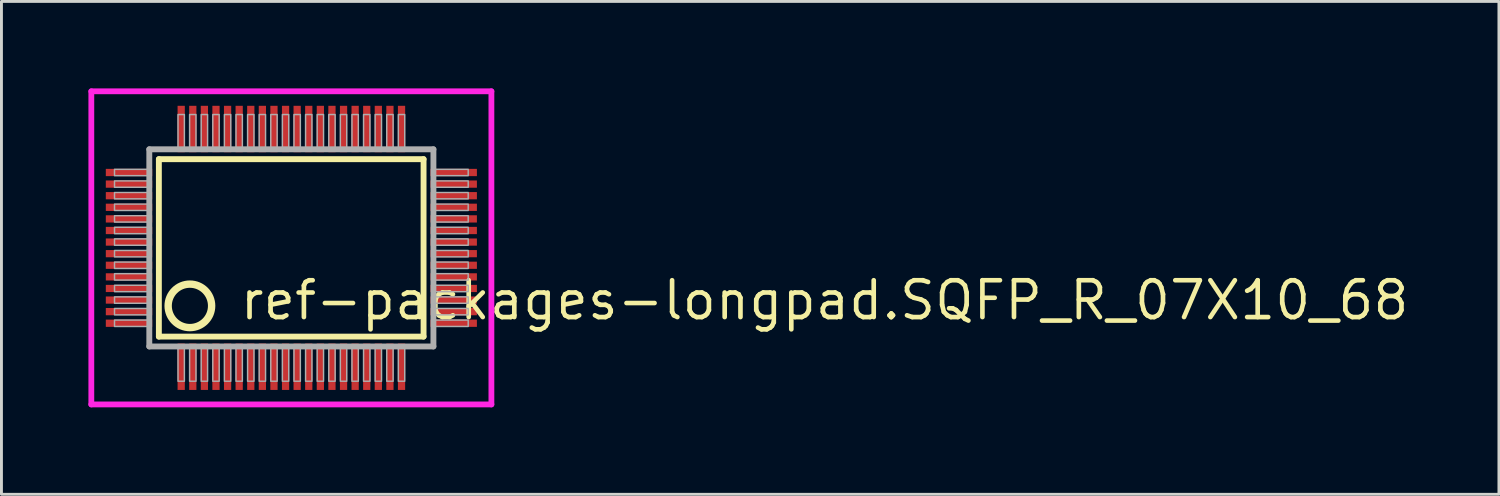
<source format=kicad_pcb>
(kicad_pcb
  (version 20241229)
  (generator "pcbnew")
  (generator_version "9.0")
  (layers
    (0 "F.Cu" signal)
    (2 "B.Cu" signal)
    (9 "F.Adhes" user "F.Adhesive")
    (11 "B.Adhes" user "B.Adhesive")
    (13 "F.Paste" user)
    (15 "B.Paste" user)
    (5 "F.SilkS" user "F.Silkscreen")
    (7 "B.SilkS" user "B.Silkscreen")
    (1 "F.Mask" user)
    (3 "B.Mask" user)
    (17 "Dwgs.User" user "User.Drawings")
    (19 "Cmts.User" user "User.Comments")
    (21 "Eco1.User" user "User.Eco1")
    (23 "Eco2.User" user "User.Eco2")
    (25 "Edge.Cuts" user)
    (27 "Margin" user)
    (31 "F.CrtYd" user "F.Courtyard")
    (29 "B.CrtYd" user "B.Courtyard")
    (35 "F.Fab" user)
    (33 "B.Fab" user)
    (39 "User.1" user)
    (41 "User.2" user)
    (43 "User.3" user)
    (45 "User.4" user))
  (footprint "ref-packages-longpad.SQFP_R_07X10_68"
    (layer "F.Cu")
    (at 7 5.5)
    (property "Reference" "ref-packages-longpad.SQFP_R_07X10_68" (at -1.85 2.55 0) (layer "F.SilkS") (effects (font (size 1.27 1.27) (thickness 0.16)) (justify left bottom)))
    (attr smd)
    (fp_line (start -4.57 -3.06) (end 4.56 -3.06) (stroke (width 0.203) (type default)) (layer "F.SilkS"))
    (fp_line (start -4.57 3.06) (end -4.57 -3.06) (stroke (width 0.203) (type default)) (layer "F.SilkS"))
    (fp_line (start 4.56 -3.06) (end 4.56 3.06) (stroke (width 0.203) (type default)) (layer "F.SilkS"))
    (fp_line (start 4.56 3.06) (end -4.57 3.06) (stroke (width 0.203) (type default)) (layer "F.SilkS"))
    (fp_circle (center -3.5 2) (end -2.75 2) (stroke (width 0.254) (type default)) (fill no) (layer "F.SilkS"))
    (fp_line (start -6.9 -5.4) (end 6.9 -5.4) (stroke (width 0.2) (type default)) (layer "F.CrtYd"))
    (fp_line (start -6.9 5.4) (end -6.9 -5.4) (stroke (width 0.2) (type default)) (layer "F.CrtYd"))
    (fp_line (start 6.9 -5.4) (end 6.9 5.4) (stroke (width 0.2) (type default)) (layer "F.CrtYd"))
    (fp_line (start 6.9 5.4) (end -6.9 5.4) (stroke (width 0.2) (type default)) (layer "F.CrtYd"))
    (fp_line (start -4.9 -3.4) (end -4.9 3.4) (stroke (width 0.203) (type default)) (layer "F.Fab"))
    (fp_line (start -4.9 3.4) (end 4.9 3.4) (stroke (width 0.203) (type default)) (layer "F.Fab"))
    (fp_line (start 4.9 -3.4) (end -4.9 -3.4) (stroke (width 0.203) (type default)) (layer "F.Fab"))
    (fp_line (start 4.9 3.4) (end 4.9 -3.4) (stroke (width 0.203) (type default)) (layer "F.Fab"))
    (fp_rect (start -6.1 -2.49) (end -4.95 -2.71) (stroke (width 0.05) (type default)) (fill no) (layer "F.Fab"))
    (fp_rect (start -6.1 -2.09) (end -4.95 -2.31) (stroke (width 0.05) (type default)) (fill no) (layer "F.Fab"))
    (fp_rect (start -6.1 -1.69) (end -4.95 -1.91) (stroke (width 0.05) (type default)) (fill no) (layer "F.Fab"))
    (fp_rect (start -6.1 -1.29) (end -4.95 -1.51) (stroke (width 0.05) (type default)) (fill no) (layer "F.Fab"))
    (fp_rect (start -6.1 -0.89) (end -4.95 -1.11) (stroke (width 0.05) (type default)) (fill no) (layer "F.Fab"))
    (fp_rect (start -6.1 -0.49) (end -4.95 -0.71) (stroke (width 0.05) (type default)) (fill no) (layer "F.Fab"))
    (fp_rect (start -6.1 -0.09) (end -4.95 -0.31) (stroke (width 0.05) (type default)) (fill no) (layer "F.Fab"))
    (fp_rect (start -6.1 0.31) (end -4.95 0.09) (stroke (width 0.05) (type default)) (fill no) (layer "F.Fab"))
    (fp_rect (start -6.1 0.71) (end -4.95 0.49) (stroke (width 0.05) (type default)) (fill no) (layer "F.Fab"))
    (fp_rect (start -6.1 1.11) (end -4.95 0.89) (stroke (width 0.05) (type default)) (fill no) (layer "F.Fab"))
    (fp_rect (start -6.1 1.51) (end -4.95 1.29) (stroke (width 0.05) (type default)) (fill no) (layer "F.Fab"))
    (fp_rect (start -6.1 1.91) (end -4.95 1.69) (stroke (width 0.05) (type default)) (fill no) (layer "F.Fab"))
    (fp_rect (start -6.1 2.31) (end -4.95 2.09) (stroke (width 0.05) (type default)) (fill no) (layer "F.Fab"))
    (fp_rect (start -6.1 2.71) (end -4.95 2.49) (stroke (width 0.05) (type default)) (fill no) (layer "F.Fab"))
    (fp_rect (start -3.91 -3.45) (end -3.69 -4.6) (stroke (width 0.05) (type default)) (fill no) (layer "F.Fab"))
    (fp_rect (start -3.91 4.6) (end -3.69 3.45) (stroke (width 0.05) (type default)) (fill no) (layer "F.Fab"))
    (fp_rect (start -3.51 -3.45) (end -3.29 -4.6) (stroke (width 0.05) (type default)) (fill no) (layer "F.Fab"))
    (fp_rect (start -3.51 4.6) (end -3.29 3.45) (stroke (width 0.05) (type default)) (fill no) (layer "F.Fab"))
    (fp_rect (start -3.11 -3.45) (end -2.89 -4.6) (stroke (width 0.05) (type default)) (fill no) (layer "F.Fab"))
    (fp_rect (start -3.11 4.6) (end -2.89 3.45) (stroke (width 0.05) (type default)) (fill no) (layer "F.Fab"))
    (fp_rect (start -2.71 -3.45) (end -2.49 -4.6) (stroke (width 0.05) (type default)) (fill no) (layer "F.Fab"))
    (fp_rect (start -2.71 4.6) (end -2.49 3.45) (stroke (width 0.05) (type default)) (fill no) (layer "F.Fab"))
    (fp_rect (start -2.31 -3.45) (end -2.09 -4.6) (stroke (width 0.05) (type default)) (fill no) (layer "F.Fab"))
    (fp_rect (start -2.31 4.6) (end -2.09 3.45) (stroke (width 0.05) (type default)) (fill no) (layer "F.Fab"))
    (fp_rect (start -1.91 -3.45) (end -1.69 -4.6) (stroke (width 0.05) (type default)) (fill no) (layer "F.Fab"))
    (fp_rect (start -1.91 4.6) (end -1.69 3.45) (stroke (width 0.05) (type default)) (fill no) (layer "F.Fab"))
    (fp_rect (start -1.51 -3.45) (end -1.29 -4.6) (stroke (width 0.05) (type default)) (fill no) (layer "F.Fab"))
    (fp_rect (start -1.51 4.6) (end -1.29 3.45) (stroke (width 0.05) (type default)) (fill no) (layer "F.Fab"))
    (fp_rect (start -1.11 -3.45) (end -0.89 -4.6) (stroke (width 0.05) (type default)) (fill no) (layer "F.Fab"))
    (fp_rect (start -1.11 4.6) (end -0.89 3.45) (stroke (width 0.05) (type default)) (fill no) (layer "F.Fab"))
    (fp_rect (start -0.71 -3.45) (end -0.49 -4.6) (stroke (width 0.05) (type default)) (fill no) (layer "F.Fab"))
    (fp_rect (start -0.71 4.6) (end -0.49 3.45) (stroke (width 0.05) (type default)) (fill no) (layer "F.Fab"))
    (fp_rect (start -0.31 -3.45) (end -0.09 -4.6) (stroke (width 0.05) (type default)) (fill no) (layer "F.Fab"))
    (fp_rect (start -0.31 4.6) (end -0.09 3.45) (stroke (width 0.05) (type default)) (fill no) (layer "F.Fab"))
    (fp_rect (start 0.09 -3.45) (end 0.31 -4.6) (stroke (width 0.05) (type default)) (fill no) (layer "F.Fab"))
    (fp_rect (start 0.09 4.6) (end 0.31 3.45) (stroke (width 0.05) (type default)) (fill no) (layer "F.Fab"))
    (fp_rect (start 0.49 -3.45) (end 0.71 -4.6) (stroke (width 0.05) (type default)) (fill no) (layer "F.Fab"))
    (fp_rect (start 0.49 4.6) (end 0.71 3.45) (stroke (width 0.05) (type default)) (fill no) (layer "F.Fab"))
    (fp_rect (start 0.89 -3.45) (end 1.11 -4.6) (stroke (width 0.05) (type default)) (fill no) (layer "F.Fab"))
    (fp_rect (start 0.89 4.6) (end 1.11 3.45) (stroke (width 0.05) (type default)) (fill no) (layer "F.Fab"))
    (fp_rect (start 1.29 -3.45) (end 1.51 -4.6) (stroke (width 0.05) (type default)) (fill no) (layer "F.Fab"))
    (fp_rect (start 1.29 4.6) (end 1.51 3.45) (stroke (width 0.05) (type default)) (fill no) (layer "F.Fab"))
    (fp_rect (start 1.69 -3.45) (end 1.91 -4.6) (stroke (width 0.05) (type default)) (fill no) (layer "F.Fab"))
    (fp_rect (start 1.69 4.6) (end 1.91 3.45) (stroke (width 0.05) (type default)) (fill no) (layer "F.Fab"))
    (fp_rect (start 2.09 -3.45) (end 2.31 -4.6) (stroke (width 0.05) (type default)) (fill no) (layer "F.Fab"))
    (fp_rect (start 2.09 4.6) (end 2.31 3.45) (stroke (width 0.05) (type default)) (fill no) (layer "F.Fab"))
    (fp_rect (start 2.49 -3.45) (end 2.71 -4.6) (stroke (width 0.05) (type default)) (fill no) (layer "F.Fab"))
    (fp_rect (start 2.49 4.6) (end 2.71 3.45) (stroke (width 0.05) (type default)) (fill no) (layer "F.Fab"))
    (fp_rect (start 2.89 -3.45) (end 3.11 -4.6) (stroke (width 0.05) (type default)) (fill no) (layer "F.Fab"))
    (fp_rect (start 2.89 4.6) (end 3.11 3.45) (stroke (width 0.05) (type default)) (fill no) (layer "F.Fab"))
    (fp_rect (start 3.29 -3.45) (end 3.51 -4.6) (stroke (width 0.05) (type default)) (fill no) (layer "F.Fab"))
    (fp_rect (start 3.29 4.6) (end 3.51 3.45) (stroke (width 0.05) (type default)) (fill no) (layer "F.Fab"))
    (fp_rect (start 3.69 -3.45) (end 3.91 -4.6) (stroke (width 0.05) (type default)) (fill no) (layer "F.Fab"))
    (fp_rect (start 3.69 4.6) (end 3.91 3.45) (stroke (width 0.05) (type default)) (fill no) (layer "F.Fab"))
    (fp_rect (start 4.95 -2.49) (end 6.1 -2.71) (stroke (width 0.05) (type default)) (fill no) (layer "F.Fab"))
    (fp_rect (start 4.95 -2.09) (end 6.1 -2.31) (stroke (width 0.05) (type default)) (fill no) (layer "F.Fab"))
    (fp_rect (start 4.95 -1.69) (end 6.1 -1.91) (stroke (width 0.05) (type default)) (fill no) (layer "F.Fab"))
    (fp_rect (start 4.95 -1.29) (end 6.1 -1.51) (stroke (width 0.05) (type default)) (fill no) (layer "F.Fab"))
    (fp_rect (start 4.95 -0.89) (end 6.1 -1.11) (stroke (width 0.05) (type default)) (fill no) (layer "F.Fab"))
    (fp_rect (start 4.95 -0.49) (end 6.1 -0.71) (stroke (width 0.05) (type default)) (fill no) (layer "F.Fab"))
    (fp_rect (start 4.95 -0.09) (end 6.1 -0.31) (stroke (width 0.05) (type default)) (fill no) (layer "F.Fab"))
    (fp_rect (start 4.95 0.31) (end 6.1 0.09) (stroke (width 0.05) (type default)) (fill no) (layer "F.Fab"))
    (fp_rect (start 4.95 0.71) (end 6.1 0.49) (stroke (width 0.05) (type default)) (fill no) (layer "F.Fab"))
    (fp_rect (start 4.95 1.11) (end 6.1 0.89) (stroke (width 0.05) (type default)) (fill no) (layer "F.Fab"))
    (fp_rect (start 4.95 1.51) (end 6.1 1.29) (stroke (width 0.05) (type default)) (fill no) (layer "F.Fab"))
    (fp_rect (start 4.95 1.91) (end 6.1 1.69) (stroke (width 0.05) (type default)) (fill no) (layer "F.Fab"))
    (fp_rect (start 4.95 2.31) (end 6.1 2.09) (stroke (width 0.05) (type default)) (fill no) (layer "F.Fab"))
    (fp_rect (start 4.95 2.71) (end 6.1 2.49) (stroke (width 0.05) (type default)) (fill no) (layer "F.Fab"))
    (pad "1" smd roundrect (at -3.8 4.1) (size 0.25 1.6) (layers "F.Cu" "F.Mask" "F.Paste") (roundrect_rratio 0.01))
    (pad "2" smd roundrect (at -3.4 4.1) (size 0.25 1.6) (layers "F.Cu" "F.Mask" "F.Paste") (roundrect_rratio 0.01))
    (pad "3" smd roundrect (at -3 4.1) (size 0.25 1.6) (layers "F.Cu" "F.Mask" "F.Paste") (roundrect_rratio 0.01))
    (pad "4" smd roundrect (at -2.6 4.1) (size 0.25 1.6) (layers "F.Cu" "F.Mask" "F.Paste") (roundrect_rratio 0.01))
    (pad "5" smd roundrect (at -2.2 4.1) (size 0.25 1.6) (layers "F.Cu" "F.Mask" "F.Paste") (roundrect_rratio 0.01))
    (pad "6" smd roundrect (at -1.8 4.1) (size 0.25 1.6) (layers "F.Cu" "F.Mask" "F.Paste") (roundrect_rratio 0.01))
    (pad "7" smd roundrect (at -1.4 4.1) (size 0.25 1.6) (layers "F.Cu" "F.Mask" "F.Paste") (roundrect_rratio 0.01))
    (pad "8" smd roundrect (at -1 4.1) (size 0.25 1.6) (layers "F.Cu" "F.Mask" "F.Paste") (roundrect_rratio 0.01))
    (pad "9" smd roundrect (at -0.6 4.1) (size 0.25 1.6) (layers "F.Cu" "F.Mask" "F.Paste") (roundrect_rratio 0.01))
    (pad "10" smd roundrect (at -0.2 4.1) (size 0.25 1.6) (layers "F.Cu" "F.Mask" "F.Paste") (roundrect_rratio 0.01))
    (pad "11" smd roundrect (at 0.2 4.1) (size 0.25 1.6) (layers "F.Cu" "F.Mask" "F.Paste") (roundrect_rratio 0.01))
    (pad "12" smd roundrect (at 0.6 4.1) (size 0.25 1.6) (layers "F.Cu" "F.Mask" "F.Paste") (roundrect_rratio 0.01))
    (pad "13" smd roundrect (at 1 4.1) (size 0.25 1.6) (layers "F.Cu" "F.Mask" "F.Paste") (roundrect_rratio 0.01))
    (pad "14" smd roundrect (at 1.4 4.1) (size 0.25 1.6) (layers "F.Cu" "F.Mask" "F.Paste") (roundrect_rratio 0.01))
    (pad "15" smd roundrect (at 1.8 4.1) (size 0.25 1.6) (layers "F.Cu" "F.Mask" "F.Paste") (roundrect_rratio 0.01))
    (pad "16" smd roundrect (at 2.2 4.1) (size 0.25 1.6) (layers "F.Cu" "F.Mask" "F.Paste") (roundrect_rratio 0.01))
    (pad "17" smd roundrect (at 2.6 4.1) (size 0.25 1.6) (layers "F.Cu" "F.Mask" "F.Paste") (roundrect_rratio 0.01))
    (pad "18" smd roundrect (at 3 4.1) (size 0.25 1.6) (layers "F.Cu" "F.Mask" "F.Paste") (roundrect_rratio 0.01))
    (pad "19" smd roundrect (at 3.4 4.1) (size 0.25 1.6) (layers "F.Cu" "F.Mask" "F.Paste") (roundrect_rratio 0.01))
    (pad "20" smd roundrect (at 3.8 4.1) (size 0.25 1.6) (layers "F.Cu" "F.Mask" "F.Paste") (roundrect_rratio 0.01))
    (pad "21" smd roundrect (at 5.6 2.6) (size 1.6 0.25) (layers "F.Cu" "F.Mask" "F.Paste") (roundrect_rratio 0.01))
    (pad "22" smd roundrect (at 5.6 2.2) (size 1.6 0.25) (layers "F.Cu" "F.Mask" "F.Paste") (roundrect_rratio 0.01))
    (pad "23" smd roundrect (at 5.6 1.8) (size 1.6 0.25) (layers "F.Cu" "F.Mask" "F.Paste") (roundrect_rratio 0.01))
    (pad "24" smd roundrect (at 5.6 1.4) (size 1.6 0.25) (layers "F.Cu" "F.Mask" "F.Paste") (roundrect_rratio 0.01))
    (pad "25" smd roundrect (at 5.6 1) (size 1.6 0.25) (layers "F.Cu" "F.Mask" "F.Paste") (roundrect_rratio 0.01))
    (pad "26" smd roundrect (at 5.6 0.6) (size 1.6 0.25) (layers "F.Cu" "F.Mask" "F.Paste") (roundrect_rratio 0.01))
    (pad "27" smd roundrect (at 5.6 0.2) (size 1.6 0.25) (layers "F.Cu" "F.Mask" "F.Paste") (roundrect_rratio 0.01))
    (pad "28" smd roundrect (at 5.6 -0.2) (size 1.6 0.25) (layers "F.Cu" "F.Mask" "F.Paste") (roundrect_rratio 0.01))
    (pad "29" smd roundrect (at 5.6 -0.6) (size 1.6 0.25) (layers "F.Cu" "F.Mask" "F.Paste") (roundrect_rratio 0.01))
    (pad "30" smd roundrect (at 5.6 -1) (size 1.6 0.25) (layers "F.Cu" "F.Mask" "F.Paste") (roundrect_rratio 0.01))
    (pad "31" smd roundrect (at 5.6 -1.4) (size 1.6 0.25) (layers "F.Cu" "F.Mask" "F.Paste") (roundrect_rratio 0.01))
    (pad "32" smd roundrect (at 5.6 -1.8) (size 1.6 0.25) (layers "F.Cu" "F.Mask" "F.Paste") (roundrect_rratio 0.01))
    (pad "33" smd roundrect (at 5.6 -2.2) (size 1.6 0.25) (layers "F.Cu" "F.Mask" "F.Paste") (roundrect_rratio 0.01))
    (pad "34" smd roundrect (at 5.6 -2.6) (size 1.6 0.25) (layers "F.Cu" "F.Mask" "F.Paste") (roundrect_rratio 0.01))
    (pad "35" smd roundrect (at 3.8 -4.1) (size 0.25 1.6) (layers "F.Cu" "F.Mask" "F.Paste") (roundrect_rratio 0.01))
    (pad "36" smd roundrect (at 3.4 -4.1) (size 0.25 1.6) (layers "F.Cu" "F.Mask" "F.Paste") (roundrect_rratio 0.01))
    (pad "37" smd roundrect (at 3 -4.1) (size 0.25 1.6) (layers "F.Cu" "F.Mask" "F.Paste") (roundrect_rratio 0.01))
    (pad "38" smd roundrect (at 2.6 -4.1) (size 0.25 1.6) (layers "F.Cu" "F.Mask" "F.Paste") (roundrect_rratio 0.01))
    (pad "39" smd roundrect (at 2.2 -4.1) (size 0.25 1.6) (layers "F.Cu" "F.Mask" "F.Paste") (roundrect_rratio 0.01))
    (pad "40" smd roundrect (at 1.8 -4.1) (size 0.25 1.6) (layers "F.Cu" "F.Mask" "F.Paste") (roundrect_rratio 0.01))
    (pad "41" smd roundrect (at 1.4 -4.1) (size 0.25 1.6) (layers "F.Cu" "F.Mask" "F.Paste") (roundrect_rratio 0.01))
    (pad "42" smd roundrect (at 1 -4.1) (size 0.25 1.6) (layers "F.Cu" "F.Mask" "F.Paste") (roundrect_rratio 0.01))
    (pad "43" smd roundrect (at 0.6 -4.1) (size 0.25 1.6) (layers "F.Cu" "F.Mask" "F.Paste") (roundrect_rratio 0.01))
    (pad "44" smd roundrect (at 0.2 -4.1) (size 0.25 1.6) (layers "F.Cu" "F.Mask" "F.Paste") (roundrect_rratio 0.01))
    (pad "45" smd roundrect (at -0.2 -4.1) (size 0.25 1.6) (layers "F.Cu" "F.Mask" "F.Paste") (roundrect_rratio 0.01))
    (pad "46" smd roundrect (at -0.6 -4.1) (size 0.25 1.6) (layers "F.Cu" "F.Mask" "F.Paste") (roundrect_rratio 0.01))
    (pad "47" smd roundrect (at -1 -4.1) (size 0.25 1.6) (layers "F.Cu" "F.Mask" "F.Paste") (roundrect_rratio 0.01))
    (pad "48" smd roundrect (at -1.4 -4.1) (size 0.25 1.6) (layers "F.Cu" "F.Mask" "F.Paste") (roundrect_rratio 0.01))
    (pad "49" smd roundrect (at -1.8 -4.1) (size 0.25 1.6) (layers "F.Cu" "F.Mask" "F.Paste") (roundrect_rratio 0.01))
    (pad "50" smd roundrect (at -2.2 -4.1) (size 0.25 1.6) (layers "F.Cu" "F.Mask" "F.Paste") (roundrect_rratio 0.01))
    (pad "51" smd roundrect (at -2.6 -4.1) (size 0.25 1.6) (layers "F.Cu" "F.Mask" "F.Paste") (roundrect_rratio 0.01))
    (pad "52" smd roundrect (at -3 -4.1) (size 0.25 1.6) (layers "F.Cu" "F.Mask" "F.Paste") (roundrect_rratio 0.01))
    (pad "53" smd roundrect (at -3.4 -4.1) (size 0.25 1.6) (layers "F.Cu" "F.Mask" "F.Paste") (roundrect_rratio 0.01))
    (pad "54" smd roundrect (at -3.8 -4.1) (size 0.25 1.6) (layers "F.Cu" "F.Mask" "F.Paste") (roundrect_rratio 0.01))
    (pad "55" smd roundrect (at -5.6 -2.6) (size 1.6 0.25) (layers "F.Cu" "F.Mask" "F.Paste") (roundrect_rratio 0.01))
    (pad "56" smd roundrect (at -5.6 -2.2) (size 1.6 0.25) (layers "F.Cu" "F.Mask" "F.Paste") (roundrect_rratio 0.01))
    (pad "57" smd roundrect (at -5.6 -1.8) (size 1.6 0.25) (layers "F.Cu" "F.Mask" "F.Paste") (roundrect_rratio 0.01))
    (pad "58" smd roundrect (at -5.6 -1.4) (size 1.6 0.25) (layers "F.Cu" "F.Mask" "F.Paste") (roundrect_rratio 0.01))
    (pad "59" smd roundrect (at -5.6 -1) (size 1.6 0.25) (layers "F.Cu" "F.Mask" "F.Paste") (roundrect_rratio 0.01))
    (pad "60" smd roundrect (at -5.6 -0.6) (size 1.6 0.25) (layers "F.Cu" "F.Mask" "F.Paste") (roundrect_rratio 0.01))
    (pad "61" smd roundrect (at -5.6 -0.2) (size 1.6 0.25) (layers "F.Cu" "F.Mask" "F.Paste") (roundrect_rratio 0.01))
    (pad "62" smd roundrect (at -5.6 0.2) (size 1.6 0.25) (layers "F.Cu" "F.Mask" "F.Paste") (roundrect_rratio 0.01))
    (pad "63" smd roundrect (at -5.6 0.6) (size 1.6 0.25) (layers "F.Cu" "F.Mask" "F.Paste") (roundrect_rratio 0.01))
    (pad "64" smd roundrect (at -5.6 1) (size 1.6 0.25) (layers "F.Cu" "F.Mask" "F.Paste") (roundrect_rratio 0.01))
    (pad "65" smd roundrect (at -5.6 1.4) (size 1.6 0.25) (layers "F.Cu" "F.Mask" "F.Paste") (roundrect_rratio 0.01))
    (pad "66" smd roundrect (at -5.6 1.8) (size 1.6 0.25) (layers "F.Cu" "F.Mask" "F.Paste") (roundrect_rratio 0.01))
    (pad "67" smd roundrect (at -5.6 2.2) (size 1.6 0.25) (layers "F.Cu" "F.Mask" "F.Paste") (roundrect_rratio 0.01))
    (pad "68" smd roundrect (at -5.6 2.6) (size 1.6 0.25) (layers "F.Cu" "F.Mask" "F.Paste") (roundrect_rratio 0.01)))
  (gr_rect
    (start -3 -3)
    (end 48.653 14)
    (stroke (width 0.1) (type default))
    (fill no)
    (layer "Edge.Cuts")))
</source>
